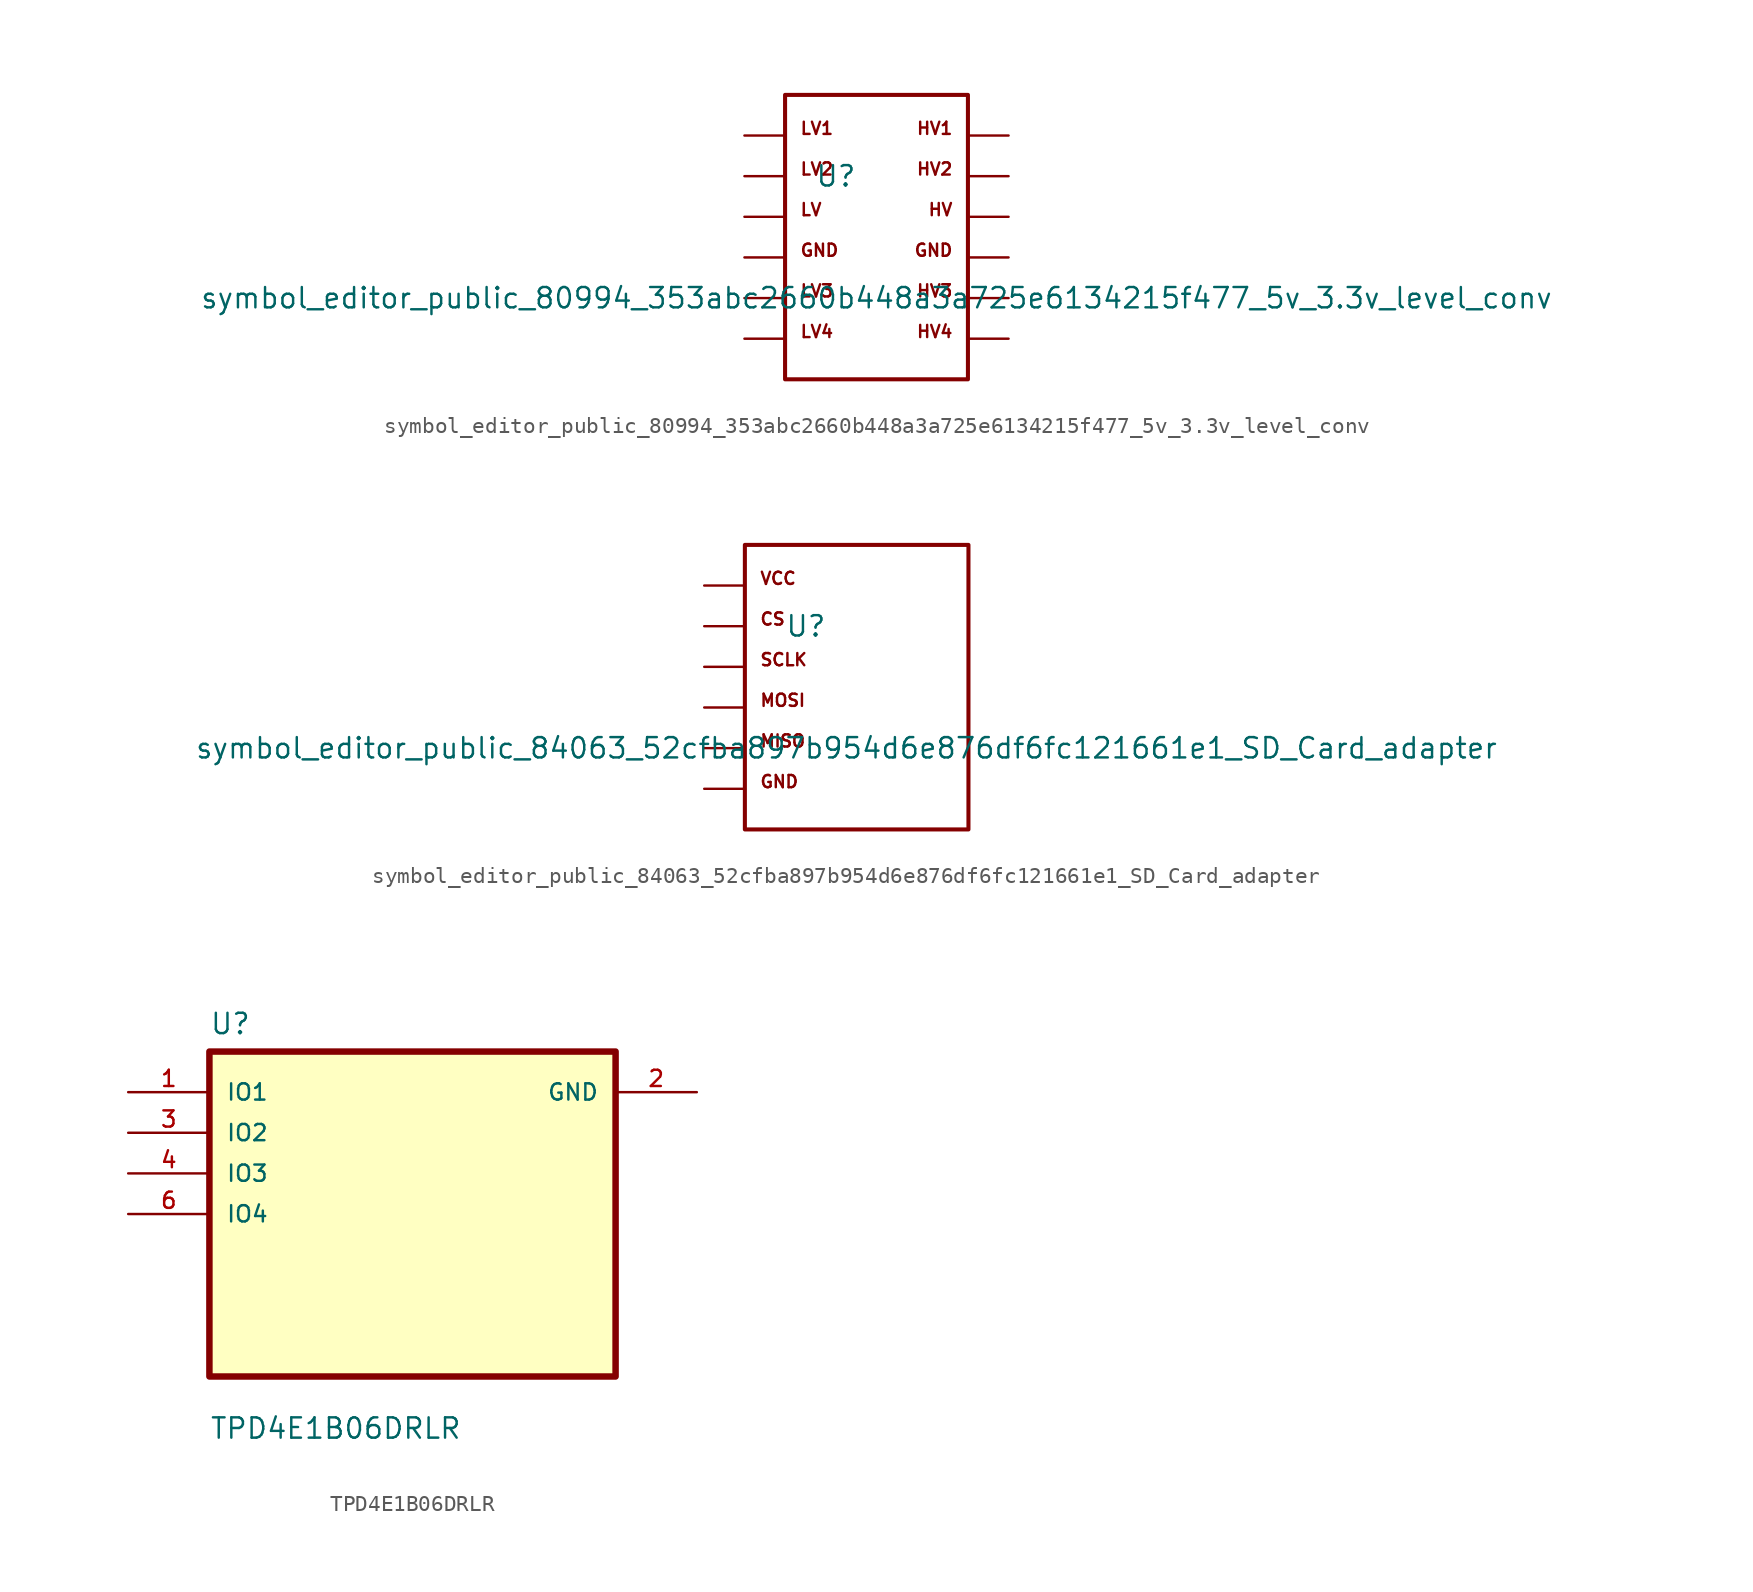
<source format=kicad_sym>
(kicad_symbol_lib
  (version 20220914)
  (generator kicad_symbol_editor)
  (symbol "symbol_editor_public_80994_353abc2660b448a3a725e6134215f477_5v_3.3v_level_conv"
    (pin_numbers hide)
    (pin_names
      (offset 1.016) hide)
    (property "Reference" "U"
      (at -2.54 3.81 0)
      (effects (font (size 1.27 1.27))))
    (property "Value" "symbol_editor_public_80994_353abc2660b448a3a725e6134215f477_5v_3.3v_level_conv"
      (at 0 -3.81 0)
      (effects (font (size 1.27 1.27))))
    (symbol "symbol_editor_public_80994_353abc2660b448a3a725e6134215f477_5v_3.3v_level_conv_0_0"
      (text " " (at -4.826 -6.35 0) (effects (font (size 0.762 0.762)) (justify left bottom)))
      (text " " (at -4.826 -3.81 0) (effects (font (size 0.762 0.762)) (justify left bottom)))
      (text " " (at -4.826 -1.27 0) (effects (font (size 0.762 0.762)) (justify left bottom)))
      (text " " (at -4.826 1.27 0) (effects (font (size 0.762 0.762)) (justify left bottom)))
      (text " " (at -4.826 3.81 0) (effects (font (size 0.762 0.762)) (justify left bottom)))
      (text " " (at -4.826 6.35 0) (effects (font (size 0.762 0.762)) (justify left bottom)))
      (text " " (at 4.826 -6.35 0) (effects (font (size 0.762 0.762)) (justify left bottom)))
      (text " " (at 4.826 -3.81 0) (effects (font (size 0.762 0.762)) (justify left bottom)))
      (text " " (at 4.826 -1.27 0) (effects (font (size 0.762 0.762)) (justify left bottom)))
      (text " " (at 4.826 1.27 0) (effects (font (size 0.762 0.762)) (justify left bottom)))
      (text " " (at 4.826 3.81 0) (effects (font (size 0.762 0.762)) (justify left bottom)))
      (text " " (at 4.826 6.35 0) (effects (font (size 0.762 0.762)) (justify left bottom)))
      (text "GND" (at -4.826 -1.27 0) (effects (font (size 0.762 0.762)) (justify left bottom)))
      (text "GND" (at 4.826 -1.27 0) (effects (font (size 0.762 0.762)) (justify right bottom)))
      (text "HV" (at 4.826 1.27 0) (effects (font (size 0.762 0.762)) (justify right bottom)))
      (text "HV1" (at 4.826 6.35 0) (effects (font (size 0.762 0.762)) (justify right bottom)))
      (text "HV2" (at 4.826 3.81 0) (effects (font (size 0.762 0.762)) (justify right bottom)))
      (text "HV3" (at 4.826 -3.81 0) (effects (font (size 0.762 0.762)) (justify right bottom)))
      (text "HV4" (at 4.826 -6.35 0) (effects (font (size 0.762 0.762)) (justify right bottom)))
      (text "LV" (at -4.826 1.27 0) (effects (font (size 0.762 0.762)) (justify left bottom)))
      (text "LV1" (at -4.826 6.35 0) (effects (font (size 0.762 0.762)) (justify left bottom)))
      (text "LV2" (at -4.826 3.81 0) (effects (font (size 0.762 0.762)) (justify left bottom)))
      (text "LV3" (at -4.826 -3.81 0) (effects (font (size 0.762 0.762)) (justify left bottom)))
      (text "LV4" (at -4.826 -6.35 0) (effects (font (size 0.762 0.762)) (justify left bottom))))
    (symbol "symbol_editor_public_80994_353abc2660b448a3a725e6134215f477_5v_3.3v_level_conv_0_1"
      (rectangle (start -5.715 -8.89) (end 5.715 8.89) (stroke (width 0.254) (type default)) (fill (type none))))
    (symbol "symbol_editor_public_80994_353abc2660b448a3a725e6134215f477_5v_3.3v_level_conv_1_1"
      (pin passive line (at -8.255 6.35 0) (length 2.54) (name "LV1" (effects (font (size 1.016 1.016)))) (number "1" (effects (font (size 1.016 1.016)))))
      (pin passive line (at 8.255 3.81 180) (length 2.54) (name "HV2" (effects (font (size 1.016 1.016)))) (number "10" (effects (font (size 1.016 1.016)))))
      (pin passive line (at 8.255 1.27 180) (length 2.54) (name "HV" (effects (font (size 1.016 1.016)))) (number "11" (effects (font (size 1.016 1.016)))))
      (pin passive line (at 8.255 -1.27 180) (length 2.54) (name "GND" (effects (font (size 1.016 1.016)))) (number "12" (effects (font (size 1.016 1.016)))))
      (pin passive line (at -8.255 3.81 0) (length 2.54) (name "LV2" (effects (font (size 1.016 1.016)))) (number "2" (effects (font (size 1.016 1.016)))))
      (pin passive line (at -8.255 1.27 0) (length 2.54) (name "LV" (effects (font (size 1.016 1.016)))) (number "3" (effects (font (size 1.016 1.016)))))
      (pin passive line (at -8.255 -1.27 0) (length 2.54) (name "GND" (effects (font (size 1.016 1.016)))) (number "4" (effects (font (size 1.016 1.016)))))
      (pin passive line (at -8.255 -3.81 0) (length 2.54) (name "LV3" (effects (font (size 1.016 1.016)))) (number "5" (effects (font (size 1.016 1.016)))))
      (pin passive line (at -8.255 -6.35 0) (length 2.54) (name "LV4" (effects (font (size 1.016 1.016)))) (number "6" (effects (font (size 1.016 1.016)))))
      (pin passive line (at 8.255 -6.35 180) (length 2.54) (name "HV4" (effects (font (size 1.016 1.016)))) (number "7" (effects (font (size 1.016 1.016)))))
      (pin passive line (at 8.255 -3.81 180) (length 2.54) (name "HV3" (effects (font (size 1.016 1.016)))) (number "8" (effects (font (size 1.016 1.016)))))
      (pin passive line (at 8.255 6.35 180) (length 2.54) (name "HV1" (effects (font (size 1.016 1.016)))) (number "9" (effects (font (size 1.016 1.016)))))))
  (symbol "symbol_editor_public_84063_52cfba897b954d6e876df6fc121661e1_SD_Card_adapter"
    (pin_numbers hide)
    (pin_names
      (offset 1.016) hide)
    (property "Reference" "U"
      (at -2.54 3.81 0)
      (effects (font (size 1.27 1.27))))
    (property "Value" "symbol_editor_public_84063_52cfba897b954d6e876df6fc121661e1_SD_Card_adapter"
      (at 0 -3.81 0)
      (effects (font (size 1.27 1.27))))
    (symbol "symbol_editor_public_84063_52cfba897b954d6e876df6fc121661e1_SD_Card_adapter_0_0"
      (text " " (at -5.461 -6.35 0) (effects (font (size 0.762 0.762)) (justify left bottom)))
      (text " " (at -5.461 -3.81 0) (effects (font (size 0.762 0.762)) (justify left bottom)))
      (text " " (at -5.461 -1.27 0) (effects (font (size 0.762 0.762)) (justify left bottom)))
      (text " " (at -5.461 1.27 0) (effects (font (size 0.762 0.762)) (justify left bottom)))
      (text " " (at -5.461 3.81 0) (effects (font (size 0.762 0.762)) (justify left bottom)))
      (text " " (at -5.461 6.35 0) (effects (font (size 0.762 0.762)) (justify left bottom)))
      (text "CS" (at -5.461 3.81 0) (effects (font (size 0.762 0.762)) (justify left bottom)))
      (text "GND" (at -5.461 -6.35 0) (effects (font (size 0.762 0.762)) (justify left bottom)))
      (text "MISO" (at -5.461 -3.81 0) (effects (font (size 0.762 0.762)) (justify left bottom)))
      (text "MOSI" (at -5.461 -1.27 0) (effects (font (size 0.762 0.762)) (justify left bottom)))
      (text "SCLK" (at -5.461 1.27 0) (effects (font (size 0.762 0.762)) (justify left bottom)))
      (text "VCC" (at -5.461 6.35 0) (effects (font (size 0.762 0.762)) (justify left bottom))))
    (symbol "symbol_editor_public_84063_52cfba897b954d6e876df6fc121661e1_SD_Card_adapter_0_1"
      (rectangle (start -6.35 -8.89) (end 7.62 8.89) (stroke (width 0.254) (type default)) (fill (type none))))
    (symbol "symbol_editor_public_84063_52cfba897b954d6e876df6fc121661e1_SD_Card_adapter_1_1"
      (pin passive line (at -8.89 6.35 0) (length 2.54) (name "VCC" (effects (font (size 1.016 1.016)))) (number "1" (effects (font (size 1.016 1.016)))))
      (pin passive line (at -8.89 -1.27 0) (length 2.54) (name "CS" (effects (font (size 1.016 1.016)))) (number "2" (effects (font (size 1.016 1.016)))))
      (pin passive line (at -8.89 3.81 0) (length 2.54) (name "CS" (effects (font (size 1.016 1.016)))) (number "2" (effects (font (size 1.016 1.016)))))
      (pin passive line (at -8.89 -3.81 0) (length 2.54) (name "MISO" (effects (font (size 1.016 1.016)))) (number "3" (effects (font (size 1.016 1.016)))))
      (pin passive line (at -8.89 1.27 0) (length 2.54) (name "MISO" (effects (font (size 1.016 1.016)))) (number "3" (effects (font (size 1.016 1.016)))))
      (pin passive line (at -8.89 -6.35 0) (length 2.54) (name "GND" (effects (font (size 1.016 1.016)))) (number "6" (effects (font (size 1.016 1.016)))))))
  (symbol "TPD4E1B06DRLR"
    (pin_names
      (offset 1.016))
    (property "Reference" "U"
      (at -12.7 11.151 0)
      (effects (font (size 1.27 1.27)) (justify left bottom)))
    (property "Value" "TPD4E1B06DRLR"
      (at -12.7 -14.148 0)
      (effects (font (size 1.27 1.27)) (justify left bottom)))
    (property "ki_locked" ""
      (at 0 0 0)
      (effects (font (size 1.27 1.27))))
    (symbol "TPD4E1B06DRLR_0_0"
      (rectangle (start -12.7 -10.16) (end 12.7 10.16) (stroke (width 0.406) (type default)) (fill (type background)))
      (pin bidirectional line (at -17.78 7.62 0) (length 5.08) (name "IO1" (effects (font (size 1.016 1.016)))) (number "1" (effects (font (size 1.016 1.016)))))
      (pin power_in line (at 17.78 7.62 180) (length 5.08) (name "GND" (effects (font (size 1.016 1.016)))) (number "2" (effects (font (size 1.016 1.016)))))
      (pin bidirectional line (at -17.78 5.08 0) (length 5.08) (name "IO2" (effects (font (size 1.016 1.016)))) (number "3" (effects (font (size 1.016 1.016)))))
      (pin bidirectional line (at -17.78 2.54 0) (length 5.08) (name "IO3" (effects (font (size 1.016 1.016)))) (number "4" (effects (font (size 1.016 1.016)))))
      (pin bidirectional line (at -17.78 0 0) (length 5.08) (name "IO4" (effects (font (size 1.016 1.016)))) (number "6" (effects (font (size 1.016 1.016))))))))
</source>
